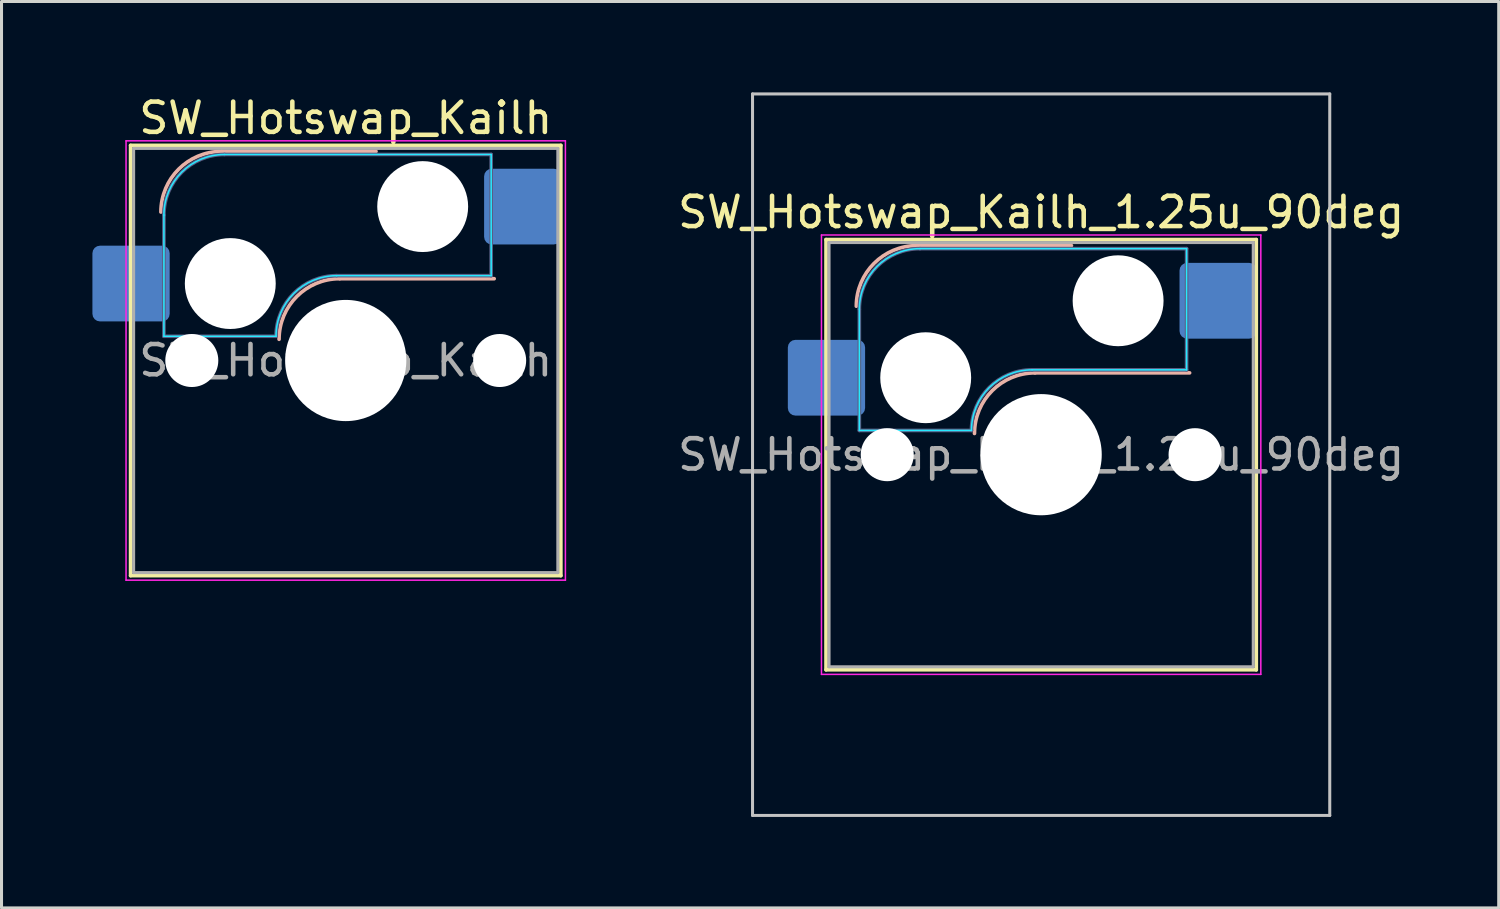
<source format=kicad_pcb>
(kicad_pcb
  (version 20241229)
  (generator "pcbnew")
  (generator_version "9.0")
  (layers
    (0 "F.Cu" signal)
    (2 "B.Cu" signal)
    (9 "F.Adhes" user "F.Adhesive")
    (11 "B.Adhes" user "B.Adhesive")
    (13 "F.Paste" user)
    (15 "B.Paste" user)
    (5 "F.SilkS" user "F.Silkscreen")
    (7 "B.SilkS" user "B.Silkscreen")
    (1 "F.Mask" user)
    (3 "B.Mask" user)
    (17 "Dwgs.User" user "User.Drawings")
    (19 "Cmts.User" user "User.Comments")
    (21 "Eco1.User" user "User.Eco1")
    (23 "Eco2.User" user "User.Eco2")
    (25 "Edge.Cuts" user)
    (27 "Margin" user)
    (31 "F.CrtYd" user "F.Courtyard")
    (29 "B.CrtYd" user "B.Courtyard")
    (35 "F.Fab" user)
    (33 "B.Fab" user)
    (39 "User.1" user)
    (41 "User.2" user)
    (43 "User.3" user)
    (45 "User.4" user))
  (footprint "SW_Hotswap_Kailh_1.25u_90deg"
    (layer "F.Cu")
    (at 31.311 11.956)
    (property "Reference" "SW_Hotswap_Kailh_1.25u_90deg" (at 0 -8 0) (layer "F.SilkS") (effects (font (size 1 1) (thickness 0.15))))
    (attr smd)
    (fp_line (start -7.1 -7.1) (end -7.1 7.1) (stroke (width 0.12) (type solid)) (layer "F.SilkS"))
    (fp_line (start -7.1 7.1) (end 7.1 7.1) (stroke (width 0.12) (type solid)) (layer "F.SilkS"))
    (fp_line (start 7.1 -7.1) (end -7.1 -7.1) (stroke (width 0.12) (type solid)) (layer "F.SilkS"))
    (fp_line (start 7.1 7.1) (end 7.1 -7.1) (stroke (width 0.12) (type solid)) (layer "F.SilkS"))
    (fp_line (start -4.1 -6.9) (end 1 -6.9) (stroke (width 0.12) (type solid)) (layer "B.SilkS"))
    (fp_line (start -0.2 -2.7) (end 4.9 -2.7) (stroke (width 0.12) (type solid)) (layer "B.SilkS"))
    (fp_arc (start -6.1 -4.9) (mid -5.514214 -6.314214) (end -4.1 -6.9) (stroke (width 0.12) (type solid)) (layer "B.SilkS"))
    (fp_arc (start -2.2 -0.7) (mid -1.614214 -2.114214) (end -0.2 -2.7) (stroke (width 0.12) (type solid)) (layer "B.SilkS"))
    (fp_line (start -9.525 -11.906) (end 9.525 -11.906) (stroke (width 0.1) (type solid)) (layer "Dwgs.User"))
    (fp_line (start -9.525 11.906) (end -9.525 -11.906) (stroke (width 0.1) (type solid)) (layer "Dwgs.User"))
    (fp_line (start 9.525 -11.906) (end 9.525 11.906) (stroke (width 0.1) (type solid)) (layer "Dwgs.User"))
    (fp_line (start 9.525 11.906) (end -9.525 11.906) (stroke (width 0.1) (type solid)) (layer "Dwgs.User"))
    (fp_line (start -7.8 -6) (end -7 -6) (stroke (width 0.1) (type solid)) (layer "Eco1.User"))
    (fp_line (start -7.8 -2.9) (end -7.8 -6) (stroke (width 0.1) (type solid)) (layer "Eco1.User"))
    (fp_line (start -7.8 2.9) (end -7 2.9) (stroke (width 0.1) (type solid)) (layer "Eco1.User"))
    (fp_line (start -7.8 6) (end -7.8 2.9) (stroke (width 0.1) (type solid)) (layer "Eco1.User"))
    (fp_line (start -7 -7) (end 7 -7) (stroke (width 0.1) (type solid)) (layer "Eco1.User"))
    (fp_line (start -7 -6) (end -7 -7) (stroke (width 0.1) (type solid)) (layer "Eco1.User"))
    (fp_line (start -7 -2.9) (end -7.8 -2.9) (stroke (width 0.1) (type solid)) (layer "Eco1.User"))
    (fp_line (start -7 2.9) (end -7 -2.9) (stroke (width 0.1) (type solid)) (layer "Eco1.User"))
    (fp_line (start -7 6) (end -7.8 6) (stroke (width 0.1) (type solid)) (layer "Eco1.User"))
    (fp_line (start -7 7) (end -7 6) (stroke (width 0.1) (type solid)) (layer "Eco1.User"))
    (fp_line (start 7 -7) (end 7 -6) (stroke (width 0.1) (type solid)) (layer "Eco1.User"))
    (fp_line (start 7 -6) (end 7.8 -6) (stroke (width 0.1) (type solid)) (layer "Eco1.User"))
    (fp_line (start 7 -2.9) (end 7 2.9) (stroke (width 0.1) (type solid)) (layer "Eco1.User"))
    (fp_line (start 7 2.9) (end 7.8 2.9) (stroke (width 0.1) (type solid)) (layer "Eco1.User"))
    (fp_line (start 7 6) (end 7 7) (stroke (width 0.1) (type solid)) (layer "Eco1.User"))
    (fp_line (start 7 7) (end -7 7) (stroke (width 0.1) (type solid)) (layer "Eco1.User"))
    (fp_line (start 7.8 -6) (end 7.8 -2.9) (stroke (width 0.1) (type solid)) (layer "Eco1.User"))
    (fp_line (start 7.8 -2.9) (end 7 -2.9) (stroke (width 0.1) (type solid)) (layer "Eco1.User"))
    (fp_line (start 7.8 2.9) (end 7.8 6) (stroke (width 0.1) (type solid)) (layer "Eco1.User"))
    (fp_line (start 7.8 6) (end 7 6) (stroke (width 0.1) (type solid)) (layer "Eco1.User"))
    (fp_line (start -6 -0.8) (end -6 -4.8) (stroke (width 0.05) (type solid)) (layer "B.CrtYd"))
    (fp_line (start -6 -0.8) (end -2.3 -0.8) (stroke (width 0.05) (type solid)) (layer "B.CrtYd"))
    (fp_line (start -4 -6.8) (end 4.8 -6.8) (stroke (width 0.05) (type solid)) (layer "B.CrtYd"))
    (fp_line (start -0.3 -2.8) (end 4.8 -2.8) (stroke (width 0.05) (type solid)) (layer "B.CrtYd"))
    (fp_line (start 4.8 -6.8) (end 4.8 -2.8) (stroke (width 0.05) (type solid)) (layer "B.CrtYd"))
    (fp_arc (start -6 -4.8) (mid -5.414214 -6.214214) (end -4 -6.8) (stroke (width 0.05) (type solid)) (layer "B.CrtYd"))
    (fp_arc (start -2.3 -0.8) (mid -1.714214 -2.214214) (end -0.3 -2.8) (stroke (width 0.05) (type solid)) (layer "B.CrtYd"))
    (fp_line (start -7.25 -7.25) (end -7.25 7.25) (stroke (width 0.05) (type solid)) (layer "F.CrtYd"))
    (fp_line (start -7.25 7.25) (end 7.25 7.25) (stroke (width 0.05) (type solid)) (layer "F.CrtYd"))
    (fp_line (start 7.25 -7.25) (end -7.25 -7.25) (stroke (width 0.05) (type solid)) (layer "F.CrtYd"))
    (fp_line (start 7.25 7.25) (end 7.25 -7.25) (stroke (width 0.05) (type solid)) (layer "F.CrtYd"))
    (fp_line (start -6 -0.8) (end -6 -4.8) (stroke (width 0.12) (type solid)) (layer "B.Fab"))
    (fp_line (start -6 -0.8) (end -2.3 -0.8) (stroke (width 0.12) (type solid)) (layer "B.Fab"))
    (fp_line (start -4 -6.8) (end 4.8 -6.8) (stroke (width 0.12) (type solid)) (layer "B.Fab"))
    (fp_line (start -0.3 -2.8) (end 4.8 -2.8) (stroke (width 0.12) (type solid)) (layer "B.Fab"))
    (fp_line (start 4.8 -6.8) (end 4.8 -2.8) (stroke (width 0.12) (type solid)) (layer "B.Fab"))
    (fp_arc (start -6 -4.8) (mid -5.414214 -6.214214) (end -4 -6.8) (stroke (width 0.12) (type solid)) (layer "B.Fab"))
    (fp_arc (start -2.3 -0.8) (mid -1.714214 -2.214214) (end -0.3 -2.8) (stroke (width 0.12) (type solid)) (layer "B.Fab"))
    (fp_line (start -7 -7) (end -7 7) (stroke (width 0.1) (type solid)) (layer "F.Fab"))
    (fp_line (start -7 7) (end 7 7) (stroke (width 0.1) (type solid)) (layer "F.Fab"))
    (fp_line (start 7 -7) (end -7 -7) (stroke (width 0.1) (type solid)) (layer "F.Fab"))
    (fp_line (start 7 7) (end 7 -7) (stroke (width 0.1) (type solid)) (layer "F.Fab"))
    (fp_text user "${REFERENCE}" (at 0 0 0) (layer "F.Fab") (effects (font (size 1 1) (thickness 0.15))))
    (pad "" np_thru_hole circle (at -5.08 0) (size 1.75 1.75) (drill 1.75) (layers "*.Cu" "*.Mask"))
    (pad "" np_thru_hole circle (at -3.81 -2.54) (size 3 3) (drill 3) (layers "*.Cu" "*.Mask"))
    (pad "" np_thru_hole circle (at 0 0) (size 4 4) (drill 4) (layers "*.Cu" "*.Mask"))
    (pad "" np_thru_hole circle (at 2.54 -5.08) (size 3 3) (drill 3) (layers "*.Cu" "*.Mask"))
    (pad "" np_thru_hole circle (at 5.08 0) (size 1.75 1.75) (drill 1.75) (layers "*.Cu" "*.Mask"))
    (pad "1" smd roundrect (at -7.085 -2.54) (size 2.55 2.5) (layers "B.Cu" "B.Mask" "B.Paste") (roundrect_rratio 0.1))
    (pad "2" smd roundrect (at 5.842 -5.08) (size 2.55 2.5) (layers "B.Cu" "B.Mask" "B.Paste") (roundrect_rratio 0.1)))
  (footprint "SW_Hotswap_Kailh"
    (layer "F.Cu")
    (at 8.36 8.848)
    (property "Reference" "SW_Hotswap_Kailh" (at 0 -8 0) (layer "F.SilkS") (effects (font (size 1 1) (thickness 0.15))))
    (attr smd)
    (fp_line (start -7.1 -7.1) (end -7.1 7.1) (stroke (width 0.12) (type solid)) (layer "F.SilkS"))
    (fp_line (start -7.1 7.1) (end 7.1 7.1) (stroke (width 0.12) (type solid)) (layer "F.SilkS"))
    (fp_line (start 7.1 -7.1) (end -7.1 -7.1) (stroke (width 0.12) (type solid)) (layer "F.SilkS"))
    (fp_line (start 7.1 7.1) (end 7.1 -7.1) (stroke (width 0.12) (type solid)) (layer "F.SilkS"))
    (fp_line (start -4.1 -6.9) (end 1 -6.9) (stroke (width 0.12) (type solid)) (layer "B.SilkS"))
    (fp_line (start -0.2 -2.7) (end 4.9 -2.7) (stroke (width 0.12) (type solid)) (layer "B.SilkS"))
    (fp_arc (start -6.1 -4.9) (mid -5.514214 -6.314214) (end -4.1 -6.9) (stroke (width 0.12) (type solid)) (layer "B.SilkS"))
    (fp_arc (start -2.2 -0.7) (mid -1.614214 -2.114214) (end -0.2 -2.7) (stroke (width 0.12) (type solid)) (layer "B.SilkS"))
    (fp_line (start -7.8 -6) (end -7 -6) (stroke (width 0.1) (type solid)) (layer "Eco1.User"))
    (fp_line (start -7.8 -2.9) (end -7.8 -6) (stroke (width 0.1) (type solid)) (layer "Eco1.User"))
    (fp_line (start -7.8 2.9) (end -7 2.9) (stroke (width 0.1) (type solid)) (layer "Eco1.User"))
    (fp_line (start -7.8 6) (end -7.8 2.9) (stroke (width 0.1) (type solid)) (layer "Eco1.User"))
    (fp_line (start -7 -7) (end 7 -7) (stroke (width 0.1) (type solid)) (layer "Eco1.User"))
    (fp_line (start -7 -6) (end -7 -7) (stroke (width 0.1) (type solid)) (layer "Eco1.User"))
    (fp_line (start -7 -2.9) (end -7.8 -2.9) (stroke (width 0.1) (type solid)) (layer "Eco1.User"))
    (fp_line (start -7 2.9) (end -7 -2.9) (stroke (width 0.1) (type solid)) (layer "Eco1.User"))
    (fp_line (start -7 6) (end -7.8 6) (stroke (width 0.1) (type solid)) (layer "Eco1.User"))
    (fp_line (start -7 7) (end -7 6) (stroke (width 0.1) (type solid)) (layer "Eco1.User"))
    (fp_line (start 7 -7) (end 7 -6) (stroke (width 0.1) (type solid)) (layer "Eco1.User"))
    (fp_line (start 7 -6) (end 7.8 -6) (stroke (width 0.1) (type solid)) (layer "Eco1.User"))
    (fp_line (start 7 -2.9) (end 7 2.9) (stroke (width 0.1) (type solid)) (layer "Eco1.User"))
    (fp_line (start 7 2.9) (end 7.8 2.9) (stroke (width 0.1) (type solid)) (layer "Eco1.User"))
    (fp_line (start 7 6) (end 7 7) (stroke (width 0.1) (type solid)) (layer "Eco1.User"))
    (fp_line (start 7 7) (end -7 7) (stroke (width 0.1) (type solid)) (layer "Eco1.User"))
    (fp_line (start 7.8 -6) (end 7.8 -2.9) (stroke (width 0.1) (type solid)) (layer "Eco1.User"))
    (fp_line (start 7.8 -2.9) (end 7 -2.9) (stroke (width 0.1) (type solid)) (layer "Eco1.User"))
    (fp_line (start 7.8 2.9) (end 7.8 6) (stroke (width 0.1) (type solid)) (layer "Eco1.User"))
    (fp_line (start 7.8 6) (end 7 6) (stroke (width 0.1) (type solid)) (layer "Eco1.User"))
    (fp_line (start -6 -0.8) (end -6 -4.8) (stroke (width 0.05) (type solid)) (layer "B.CrtYd"))
    (fp_line (start -6 -0.8) (end -2.3 -0.8) (stroke (width 0.05) (type solid)) (layer "B.CrtYd"))
    (fp_line (start -4 -6.8) (end 4.8 -6.8) (stroke (width 0.05) (type solid)) (layer "B.CrtYd"))
    (fp_line (start -0.3 -2.8) (end 4.8 -2.8) (stroke (width 0.05) (type solid)) (layer "B.CrtYd"))
    (fp_line (start 4.8 -6.8) (end 4.8 -2.8) (stroke (width 0.05) (type solid)) (layer "B.CrtYd"))
    (fp_arc (start -6 -4.8) (mid -5.414214 -6.214214) (end -4 -6.8) (stroke (width 0.05) (type solid)) (layer "B.CrtYd"))
    (fp_arc (start -2.3 -0.8) (mid -1.714214 -2.214214) (end -0.3 -2.8) (stroke (width 0.05) (type solid)) (layer "B.CrtYd"))
    (fp_line (start -7.25 -7.25) (end -7.25 7.25) (stroke (width 0.05) (type solid)) (layer "F.CrtYd"))
    (fp_line (start -7.25 7.25) (end 7.25 7.25) (stroke (width 0.05) (type solid)) (layer "F.CrtYd"))
    (fp_line (start 7.25 -7.25) (end -7.25 -7.25) (stroke (width 0.05) (type solid)) (layer "F.CrtYd"))
    (fp_line (start 7.25 7.25) (end 7.25 -7.25) (stroke (width 0.05) (type solid)) (layer "F.CrtYd"))
    (fp_line (start -6 -0.8) (end -6 -4.8) (stroke (width 0.12) (type solid)) (layer "B.Fab"))
    (fp_line (start -6 -0.8) (end -2.3 -0.8) (stroke (width 0.12) (type solid)) (layer "B.Fab"))
    (fp_line (start -4 -6.8) (end 4.8 -6.8) (stroke (width 0.12) (type solid)) (layer "B.Fab"))
    (fp_line (start -0.3 -2.8) (end 4.8 -2.8) (stroke (width 0.12) (type solid)) (layer "B.Fab"))
    (fp_line (start 4.8 -6.8) (end 4.8 -2.8) (stroke (width 0.12) (type solid)) (layer "B.Fab"))
    (fp_arc (start -6 -4.8) (mid -5.414214 -6.214214) (end -4 -6.8) (stroke (width 0.12) (type solid)) (layer "B.Fab"))
    (fp_arc (start -2.3 -0.8) (mid -1.714214 -2.214214) (end -0.3 -2.8) (stroke (width 0.12) (type solid)) (layer "B.Fab"))
    (fp_line (start -7 -7) (end -7 7) (stroke (width 0.1) (type solid)) (layer "F.Fab"))
    (fp_line (start -7 7) (end 7 7) (stroke (width 0.1) (type solid)) (layer "F.Fab"))
    (fp_line (start 7 -7) (end -7 -7) (stroke (width 0.1) (type solid)) (layer "F.Fab"))
    (fp_line (start 7 7) (end 7 -7) (stroke (width 0.1) (type solid)) (layer "F.Fab"))
    (fp_text user "${REFERENCE}" (at 0 0 0) (layer "F.Fab") (effects (font (size 1 1) (thickness 0.15))))
    (pad "" np_thru_hole circle (at -5.08 0) (size 1.75 1.75) (drill 1.75) (layers "*.Cu" "*.Mask"))
    (pad "" np_thru_hole circle (at -3.81 -2.54) (size 3 3) (drill 3) (layers "*.Cu" "*.Mask"))
    (pad "" np_thru_hole circle (at 0 0) (size 4 4) (drill 4) (layers "*.Cu" "*.Mask"))
    (pad "" np_thru_hole circle (at 2.54 -5.08) (size 3 3) (drill 3) (layers "*.Cu" "*.Mask"))
    (pad "" np_thru_hole circle (at 5.08 0) (size 1.75 1.75) (drill 1.75) (layers "*.Cu" "*.Mask"))
    (pad "1" smd roundrect (at -7.085 -2.54) (size 2.55 2.5) (layers "B.Cu" "B.Mask" "B.Paste") (roundrect_rratio 0.1))
    (pad "2" smd roundrect (at 5.842 -5.08) (size 2.55 2.5) (layers "B.Cu" "B.Mask" "B.Paste") (roundrect_rratio 0.1)))
  (gr_rect
    (start -3 -3)
    (end 46.412 26.913)
    (stroke (width 0.1) (type default))
    (fill no)
    (layer "Edge.Cuts")))
</source>
